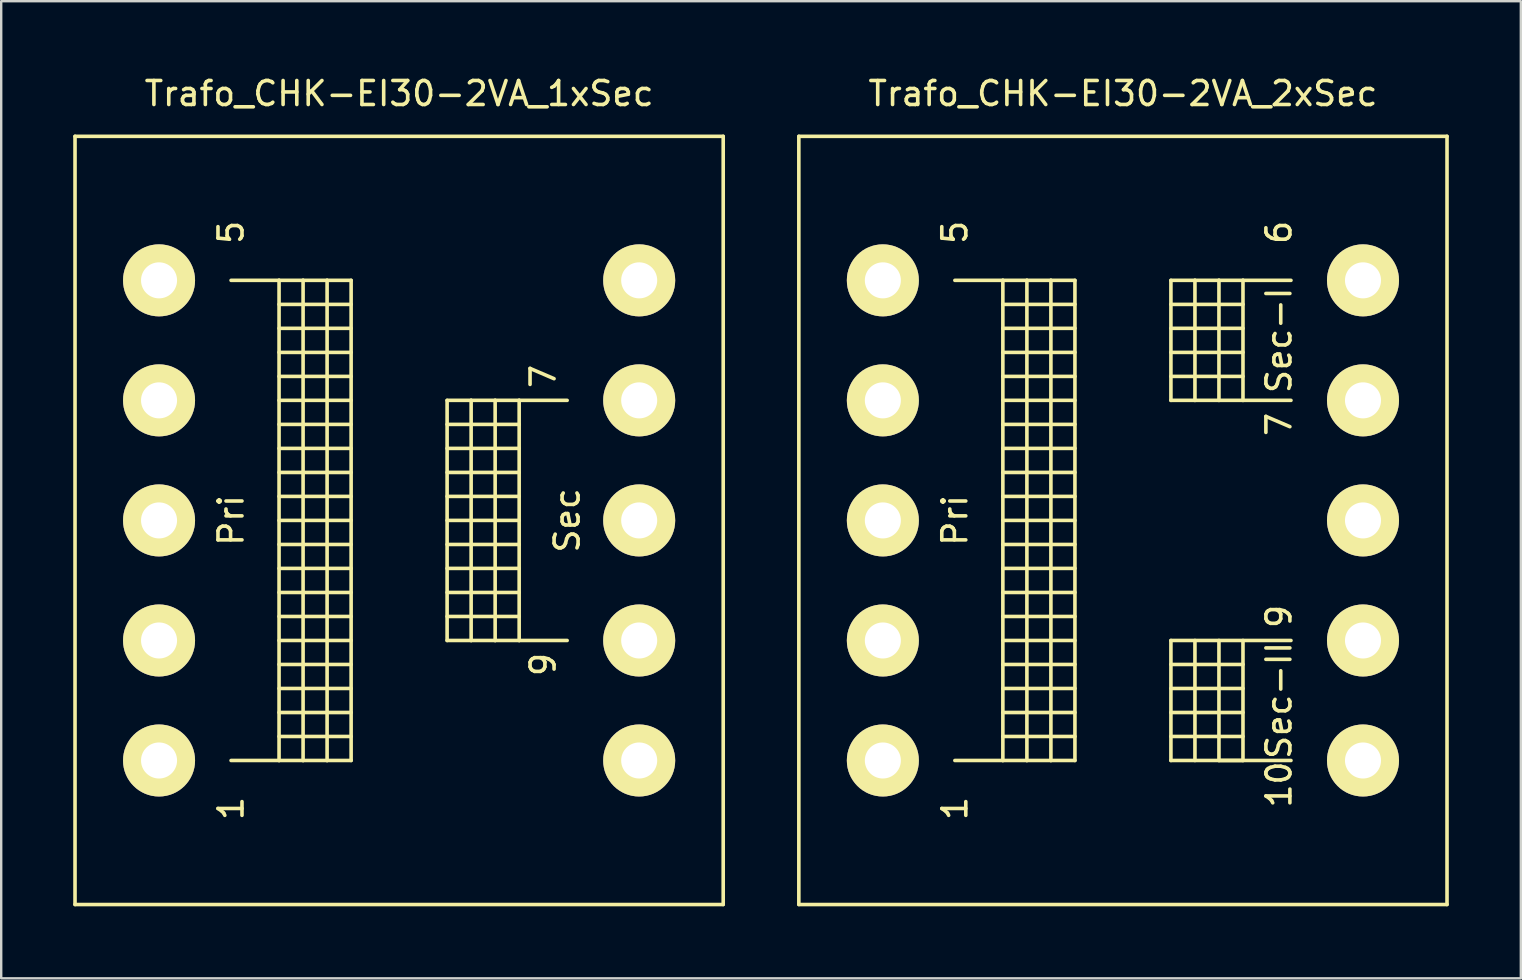
<source format=kicad_pcb>
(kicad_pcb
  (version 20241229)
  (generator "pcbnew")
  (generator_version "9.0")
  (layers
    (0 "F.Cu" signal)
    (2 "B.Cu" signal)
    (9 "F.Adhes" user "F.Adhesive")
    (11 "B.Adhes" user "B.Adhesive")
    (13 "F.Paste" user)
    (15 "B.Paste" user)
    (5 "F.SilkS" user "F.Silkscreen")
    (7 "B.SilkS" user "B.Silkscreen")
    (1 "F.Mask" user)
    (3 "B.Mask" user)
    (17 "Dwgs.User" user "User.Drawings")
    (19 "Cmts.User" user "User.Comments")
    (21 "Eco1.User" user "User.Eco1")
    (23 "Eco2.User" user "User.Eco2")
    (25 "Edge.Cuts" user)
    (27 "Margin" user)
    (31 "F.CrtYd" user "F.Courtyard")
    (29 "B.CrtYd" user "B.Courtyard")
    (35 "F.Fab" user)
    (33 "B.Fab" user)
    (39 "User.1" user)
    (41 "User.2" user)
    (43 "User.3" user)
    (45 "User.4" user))
  (footprint "Trafo_CHK-EI30-2VA_2xSec"
    (layer "F.Cu")
    (at 43.725 18.628)
    (property "Reference" "Trafo_CHK-EI30-2VA_2xSec" (at 0 -17.78 0) (layer "F.SilkS") (effects (font (size 1 1) (thickness 0.15))))
    (attr through_hole)
    (fp_line (start -13.5 -15.999) (end -13.5 15.999) (stroke (width 0.15) (type solid)) (layer "F.SilkS"))
    (fp_line (start -13.5 15.999) (end 13.5 15.999) (stroke (width 0.15) (type solid)) (layer "F.SilkS"))
    (fp_line (start -7 -10) (end -5.001 -10) (stroke (width 0.15) (type solid)) (layer "F.SilkS"))
    (fp_line (start -5.001 -10) (end -5.001 10) (stroke (width 0.15) (type solid)) (layer "F.SilkS"))
    (fp_line (start -5.001 -10) (end -4 -10) (stroke (width 0.15) (type solid)) (layer "F.SilkS"))
    (fp_line (start -5.001 -8.999) (end -1.999 -8.999) (stroke (width 0.15) (type solid)) (layer "F.SilkS"))
    (fp_line (start -5.001 -7) (end -1.999 -7) (stroke (width 0.15) (type solid)) (layer "F.SilkS"))
    (fp_line (start -5.001 -5.001) (end -1.999 -5.001) (stroke (width 0.15) (type solid)) (layer "F.SilkS"))
    (fp_line (start -5.001 -3) (end -1.999 -3) (stroke (width 0.15) (type solid)) (layer "F.SilkS"))
    (fp_line (start -5.001 -1.001) (end -1.999 -1.001) (stroke (width 0.15) (type solid)) (layer "F.SilkS"))
    (fp_line (start -5.001 1.001) (end -1.999 1.001) (stroke (width 0.15) (type solid)) (layer "F.SilkS"))
    (fp_line (start -5.001 3) (end -1.999 3) (stroke (width 0.15) (type solid)) (layer "F.SilkS"))
    (fp_line (start -5.001 5.001) (end -1.999 5.001) (stroke (width 0.15) (type solid)) (layer "F.SilkS"))
    (fp_line (start -5.001 7) (end -1.999 7) (stroke (width 0.15) (type solid)) (layer "F.SilkS"))
    (fp_line (start -5.001 8.999) (end -1.999 8.999) (stroke (width 0.15) (type solid)) (layer "F.SilkS"))
    (fp_line (start -5.001 10) (end -7 10) (stroke (width 0.15) (type solid)) (layer "F.SilkS"))
    (fp_line (start -4 -10) (end -4 10) (stroke (width 0.15) (type solid)) (layer "F.SilkS"))
    (fp_line (start -4 -10) (end -3 -10) (stroke (width 0.15) (type solid)) (layer "F.SilkS"))
    (fp_line (start -4 10) (end -5.001 10) (stroke (width 0.15) (type solid)) (layer "F.SilkS"))
    (fp_line (start -3 -10) (end -3 10) (stroke (width 0.15) (type solid)) (layer "F.SilkS"))
    (fp_line (start -3 -10) (end -1.999 -10) (stroke (width 0.15) (type solid)) (layer "F.SilkS"))
    (fp_line (start -3 10) (end -4 10) (stroke (width 0.15) (type solid)) (layer "F.SilkS"))
    (fp_line (start -1.999 -10) (end -1.999 10) (stroke (width 0.15) (type solid)) (layer "F.SilkS"))
    (fp_line (start -1.999 -8.001) (end -5.001 -8.001) (stroke (width 0.15) (type solid)) (layer "F.SilkS"))
    (fp_line (start -1.999 -5.999) (end -5.001 -5.999) (stroke (width 0.15) (type solid)) (layer "F.SilkS"))
    (fp_line (start -1.999 -4) (end -5.001 -4) (stroke (width 0.15) (type solid)) (layer "F.SilkS"))
    (fp_line (start -1.999 -1.999) (end -5.001 -1.999) (stroke (width 0.15) (type solid)) (layer "F.SilkS"))
    (fp_line (start -1.999 0) (end -5.001 0) (stroke (width 0.15) (type solid)) (layer "F.SilkS"))
    (fp_line (start -1.999 1.999) (end -5.001 1.999) (stroke (width 0.15) (type solid)) (layer "F.SilkS"))
    (fp_line (start -1.999 4) (end -5.001 4) (stroke (width 0.15) (type solid)) (layer "F.SilkS"))
    (fp_line (start -1.999 5.999) (end -5.001 5.999) (stroke (width 0.15) (type solid)) (layer "F.SilkS"))
    (fp_line (start -1.999 8.001) (end -5.001 8.001) (stroke (width 0.15) (type solid)) (layer "F.SilkS"))
    (fp_line (start -1.999 10) (end -3 10) (stroke (width 0.15) (type solid)) (layer "F.SilkS"))
    (fp_line (start 1.999 -10) (end 1.999 -5.001) (stroke (width 0.15) (type solid)) (layer "F.SilkS"))
    (fp_line (start 1.999 -8.999) (end 5.001 -8.999) (stroke (width 0.15) (type solid)) (layer "F.SilkS"))
    (fp_line (start 1.999 -7) (end 5.001 -7) (stroke (width 0.15) (type solid)) (layer "F.SilkS"))
    (fp_line (start 1.999 -5.001) (end 3 -5.001) (stroke (width 0.15) (type solid)) (layer "F.SilkS"))
    (fp_line (start 1.999 5.001) (end 1.999 10) (stroke (width 0.15) (type solid)) (layer "F.SilkS"))
    (fp_line (start 1.999 5.999) (end 5.001 5.999) (stroke (width 0.15) (type solid)) (layer "F.SilkS"))
    (fp_line (start 1.999 8.001) (end 5.001 8.001) (stroke (width 0.15) (type solid)) (layer "F.SilkS"))
    (fp_line (start 1.999 10) (end 7 10) (stroke (width 0.15) (type solid)) (layer "F.SilkS"))
    (fp_line (start 3 -10) (end 1.999 -10) (stroke (width 0.15) (type solid)) (layer "F.SilkS"))
    (fp_line (start 3 -10) (end 3 -5.001) (stroke (width 0.15) (type solid)) (layer "F.SilkS"))
    (fp_line (start 3 -5.001) (end 4 -5.001) (stroke (width 0.15) (type solid)) (layer "F.SilkS"))
    (fp_line (start 3 5.001) (end 3 10) (stroke (width 0.15) (type solid)) (layer "F.SilkS"))
    (fp_line (start 4 -10) (end 3 -10) (stroke (width 0.15) (type solid)) (layer "F.SilkS"))
    (fp_line (start 4 -10) (end 4 -5.001) (stroke (width 0.15) (type solid)) (layer "F.SilkS"))
    (fp_line (start 4 -5.001) (end 5.001 -5.001) (stroke (width 0.15) (type solid)) (layer "F.SilkS"))
    (fp_line (start 4 10) (end 4 5.001) (stroke (width 0.15) (type solid)) (layer "F.SilkS"))
    (fp_line (start 5.001 -10) (end 4 -10) (stroke (width 0.15) (type solid)) (layer "F.SilkS"))
    (fp_line (start 5.001 -10) (end 5.001 -5.001) (stroke (width 0.15) (type solid)) (layer "F.SilkS"))
    (fp_line (start 5.001 -8.001) (end 1.999 -8.001) (stroke (width 0.15) (type solid)) (layer "F.SilkS"))
    (fp_line (start 5.001 -5.999) (end 1.999 -5.999) (stroke (width 0.15) (type solid)) (layer "F.SilkS"))
    (fp_line (start 5.001 -5.001) (end 7 -5.001) (stroke (width 0.15) (type solid)) (layer "F.SilkS"))
    (fp_line (start 5.001 5.001) (end 5.001 10) (stroke (width 0.15) (type solid)) (layer "F.SilkS"))
    (fp_line (start 5.001 7) (end 1.999 7) (stroke (width 0.15) (type solid)) (layer "F.SilkS"))
    (fp_line (start 5.001 8.999) (end 1.999 8.999) (stroke (width 0.15) (type solid)) (layer "F.SilkS"))
    (fp_line (start 5.001 10) (end 4 10) (stroke (width 0.15) (type solid)) (layer "F.SilkS"))
    (fp_line (start 7 -10) (end 5.001 -10) (stroke (width 0.15) (type solid)) (layer "F.SilkS"))
    (fp_line (start 7 5.001) (end 1.999 5.001) (stroke (width 0.15) (type solid)) (layer "F.SilkS"))
    (fp_line (start 13.5 -15.999) (end -13.5 -15.999) (stroke (width 0.15) (type solid)) (layer "F.SilkS"))
    (fp_line (start 13.5 15.999) (end 13.5 -15.999) (stroke (width 0.15) (type solid)) (layer "F.SilkS"))
    (fp_text user "1" (at -7 11.999 90) (layer "F.SilkS") (effects (font (size 1 1) (thickness 0.15))))
    (fp_text user "10" (at 6.5 11.001 90) (layer "F.SilkS") (effects (font (size 1 1) (thickness 0.15))))
    (fp_text user "9" (at 6.5 4 90) (layer "F.SilkS") (effects (font (size 1 1) (thickness 0.15))))
    (fp_text user "Sec-II" (at 6.5 7.501 90) (layer "F.SilkS") (effects (font (size 1 1) (thickness 0.15))))
    (fp_text user "6" (at 6.5 -11.999 90) (layer "F.SilkS") (effects (font (size 1 1) (thickness 0.15))))
    (fp_text user "7" (at 6.5 -4 90) (layer "F.SilkS") (effects (font (size 1 1) (thickness 0.15))))
    (fp_text user "Sec-I" (at 6.5 -7.501 90) (layer "F.SilkS") (effects (font (size 1 1) (thickness 0.15))))
    (fp_text user "Pri" (at -7 0 90) (layer "F.SilkS") (effects (font (size 1 1) (thickness 0.15))))
    (fp_text user "5" (at -7 -11.999 90) (layer "F.SilkS") (effects (font (size 1 1) (thickness 0.15))))
    (pad "1" thru_hole circle (at -10 10) (size 3 3) (drill 1.501) (layers "*.Cu" "*.Mask" "F.SilkS"))
    (pad "2" thru_hole circle (at -10 5.001) (size 3 3) (drill 1.501) (layers "*.Cu" "*.Mask" "F.SilkS"))
    (pad "3" thru_hole circle (at -10 0) (size 3 3) (drill 1.501) (layers "*.Cu" "*.Mask" "F.SilkS"))
    (pad "4" thru_hole circle (at -10 -5.001) (size 3 3) (drill 1.501) (layers "*.Cu" "*.Mask" "F.SilkS"))
    (pad "5" thru_hole circle (at -10 -10) (size 3 3) (drill 1.501) (layers "*.Cu" "*.Mask" "F.SilkS"))
    (pad "6" thru_hole circle (at 10 -10) (size 3 3) (drill 1.501) (layers "*.Cu" "*.Mask" "F.SilkS"))
    (pad "7" thru_hole circle (at 10 -5.001) (size 3 3) (drill 1.501) (layers "*.Cu" "*.Mask" "F.SilkS"))
    (pad "8" thru_hole circle (at 10 0) (size 3 3) (drill 1.501) (layers "*.Cu" "*.Mask" "F.SilkS"))
    (pad "9" thru_hole circle (at 10 5.001) (size 3 3) (drill 1.501) (layers "*.Cu" "*.Mask" "F.SilkS"))
    (pad "10" thru_hole circle (at 10 10) (size 3 3) (drill 1.501) (layers "*.Cu" "*.Mask" "F.SilkS")))
  (footprint "Trafo_CHK-EI30-2VA_1xSec"
    (layer "F.Cu")
    (at 13.575 18.628)
    (property "Reference" "Trafo_CHK-EI30-2VA_1xSec" (at 0 -17.78 0) (layer "F.SilkS") (effects (font (size 1 1) (thickness 0.15))))
    (attr through_hole)
    (fp_line (start -13.5 -15.999) (end -13.5 15.999) (stroke (width 0.15) (type solid)) (layer "F.SilkS"))
    (fp_line (start -13.5 15.999) (end 13.5 15.999) (stroke (width 0.15) (type solid)) (layer "F.SilkS"))
    (fp_line (start -7 -10) (end -5.001 -10) (stroke (width 0.15) (type solid)) (layer "F.SilkS"))
    (fp_line (start -5.001 -10) (end -5.001 10) (stroke (width 0.15) (type solid)) (layer "F.SilkS"))
    (fp_line (start -5.001 -10) (end -4 -10) (stroke (width 0.15) (type solid)) (layer "F.SilkS"))
    (fp_line (start -5.001 -8.999) (end -1.999 -8.999) (stroke (width 0.15) (type solid)) (layer "F.SilkS"))
    (fp_line (start -5.001 -7) (end -1.999 -7) (stroke (width 0.15) (type solid)) (layer "F.SilkS"))
    (fp_line (start -5.001 -5.001) (end -1.999 -5.001) (stroke (width 0.15) (type solid)) (layer "F.SilkS"))
    (fp_line (start -5.001 -3) (end -1.999 -3) (stroke (width 0.15) (type solid)) (layer "F.SilkS"))
    (fp_line (start -5.001 -1.001) (end -1.999 -1.001) (stroke (width 0.15) (type solid)) (layer "F.SilkS"))
    (fp_line (start -5.001 1.001) (end -1.999 1.001) (stroke (width 0.15) (type solid)) (layer "F.SilkS"))
    (fp_line (start -5.001 3) (end -1.999 3) (stroke (width 0.15) (type solid)) (layer "F.SilkS"))
    (fp_line (start -5.001 5.001) (end -1.999 5.001) (stroke (width 0.15) (type solid)) (layer "F.SilkS"))
    (fp_line (start -5.001 7) (end -1.999 7) (stroke (width 0.15) (type solid)) (layer "F.SilkS"))
    (fp_line (start -5.001 8.999) (end -1.999 8.999) (stroke (width 0.15) (type solid)) (layer "F.SilkS"))
    (fp_line (start -5.001 10) (end -7 10) (stroke (width 0.15) (type solid)) (layer "F.SilkS"))
    (fp_line (start -4 -10) (end -4 10) (stroke (width 0.15) (type solid)) (layer "F.SilkS"))
    (fp_line (start -4 -10) (end -3 -10) (stroke (width 0.15) (type solid)) (layer "F.SilkS"))
    (fp_line (start -4 10) (end -5.001 10) (stroke (width 0.15) (type solid)) (layer "F.SilkS"))
    (fp_line (start -3 -10) (end -3 10) (stroke (width 0.15) (type solid)) (layer "F.SilkS"))
    (fp_line (start -3 -10) (end -1.999 -10) (stroke (width 0.15) (type solid)) (layer "F.SilkS"))
    (fp_line (start -3 10) (end -4 10) (stroke (width 0.15) (type solid)) (layer "F.SilkS"))
    (fp_line (start -1.999 -10) (end -1.999 10) (stroke (width 0.15) (type solid)) (layer "F.SilkS"))
    (fp_line (start -1.999 -8.001) (end -5.001 -8.001) (stroke (width 0.15) (type solid)) (layer "F.SilkS"))
    (fp_line (start -1.999 -5.999) (end -5.001 -5.999) (stroke (width 0.15) (type solid)) (layer "F.SilkS"))
    (fp_line (start -1.999 -4) (end -5.001 -4) (stroke (width 0.15) (type solid)) (layer "F.SilkS"))
    (fp_line (start -1.999 -1.999) (end -5.001 -1.999) (stroke (width 0.15) (type solid)) (layer "F.SilkS"))
    (fp_line (start -1.999 0) (end -5.001 0) (stroke (width 0.15) (type solid)) (layer "F.SilkS"))
    (fp_line (start -1.999 1.999) (end -5.001 1.999) (stroke (width 0.15) (type solid)) (layer "F.SilkS"))
    (fp_line (start -1.999 4) (end -5.001 4) (stroke (width 0.15) (type solid)) (layer "F.SilkS"))
    (fp_line (start -1.999 5.999) (end -5.001 5.999) (stroke (width 0.15) (type solid)) (layer "F.SilkS"))
    (fp_line (start -1.999 8.001) (end -5.001 8.001) (stroke (width 0.15) (type solid)) (layer "F.SilkS"))
    (fp_line (start -1.999 10) (end -3 10) (stroke (width 0.15) (type solid)) (layer "F.SilkS"))
    (fp_line (start 1.999 -5.001) (end 1.999 5.001) (stroke (width 0.15) (type solid)) (layer "F.SilkS"))
    (fp_line (start 1.999 -4) (end 5.001 -4) (stroke (width 0.15) (type solid)) (layer "F.SilkS"))
    (fp_line (start 1.999 -1.999) (end 5.001 -1.999) (stroke (width 0.15) (type solid)) (layer "F.SilkS"))
    (fp_line (start 1.999 0) (end 5.001 0) (stroke (width 0.15) (type solid)) (layer "F.SilkS"))
    (fp_line (start 1.999 1.999) (end 5.001 1.999) (stroke (width 0.15) (type solid)) (layer "F.SilkS"))
    (fp_line (start 1.999 4) (end 5.001 4) (stroke (width 0.15) (type solid)) (layer "F.SilkS"))
    (fp_line (start 1.999 5.001) (end 3 5.001) (stroke (width 0.15) (type solid)) (layer "F.SilkS"))
    (fp_line (start 3 -5.001) (end 1.999 -5.001) (stroke (width 0.15) (type solid)) (layer "F.SilkS"))
    (fp_line (start 3 -5.001) (end 3 5.001) (stroke (width 0.15) (type solid)) (layer "F.SilkS"))
    (fp_line (start 3 5.001) (end 4 5.001) (stroke (width 0.15) (type solid)) (layer "F.SilkS"))
    (fp_line (start 4 -5.001) (end 3 -5.001) (stroke (width 0.15) (type solid)) (layer "F.SilkS"))
    (fp_line (start 4 -5.001) (end 4 5.001) (stroke (width 0.15) (type solid)) (layer "F.SilkS"))
    (fp_line (start 4 5.001) (end 5.001 5.001) (stroke (width 0.15) (type solid)) (layer "F.SilkS"))
    (fp_line (start 5.001 -5.001) (end 4 -5.001) (stroke (width 0.15) (type solid)) (layer "F.SilkS"))
    (fp_line (start 5.001 -5.001) (end 5.001 5.001) (stroke (width 0.15) (type solid)) (layer "F.SilkS"))
    (fp_line (start 5.001 -3) (end 1.999 -3) (stroke (width 0.15) (type solid)) (layer "F.SilkS"))
    (fp_line (start 5.001 -1.001) (end 1.999 -1.001) (stroke (width 0.15) (type solid)) (layer "F.SilkS"))
    (fp_line (start 5.001 1.001) (end 1.999 1.001) (stroke (width 0.15) (type solid)) (layer "F.SilkS"))
    (fp_line (start 5.001 3) (end 1.999 3) (stroke (width 0.15) (type solid)) (layer "F.SilkS"))
    (fp_line (start 5.001 5.001) (end 7 5.001) (stroke (width 0.15) (type solid)) (layer "F.SilkS"))
    (fp_line (start 7 -5.001) (end 5.001 -5.001) (stroke (width 0.15) (type solid)) (layer "F.SilkS"))
    (fp_line (start 13.5 -15.999) (end -13.5 -15.999) (stroke (width 0.15) (type solid)) (layer "F.SilkS"))
    (fp_line (start 13.5 15.999) (end 13.5 -15.999) (stroke (width 0.15) (type solid)) (layer "F.SilkS"))
    (fp_text user "Sec" (at 7 0 90) (layer "F.SilkS") (effects (font (size 1 1) (thickness 0.15))))
    (fp_text user "Pri" (at -7 0 90) (layer "F.SilkS") (effects (font (size 1 1) (thickness 0.15))))
    (fp_text user "7" (at 5.999 -5.999 90) (layer "F.SilkS") (effects (font (size 1 1) (thickness 0.15))))
    (fp_text user "5" (at -7 -11.999 90) (layer "F.SilkS") (effects (font (size 1 1) (thickness 0.15))))
    (fp_text user "1" (at -7 11.999 90) (layer "F.SilkS") (effects (font (size 1 1) (thickness 0.15))))
    (fp_text user "9" (at 5.999 6.002 90) (layer "F.SilkS") (effects (font (size 1 1) (thickness 0.15))))
    (pad "1" thru_hole circle (at -10 10) (size 3 3) (drill 1.501) (layers "*.Cu" "*.Mask" "F.SilkS"))
    (pad "2" thru_hole circle (at -10 5.001) (size 3 3) (drill 1.501) (layers "*.Cu" "*.Mask" "F.SilkS"))
    (pad "3" thru_hole circle (at -10 0) (size 3 3) (drill 1.501) (layers "*.Cu" "*.Mask" "F.SilkS"))
    (pad "4" thru_hole circle (at -10 -5.001) (size 3 3) (drill 1.501) (layers "*.Cu" "*.Mask" "F.SilkS"))
    (pad "5" thru_hole circle (at -10 -10) (size 3 3) (drill 1.501) (layers "*.Cu" "*.Mask" "F.SilkS"))
    (pad "6" thru_hole circle (at 10 -10) (size 3 3) (drill 1.501) (layers "*.Cu" "*.Mask" "F.SilkS"))
    (pad "7" thru_hole circle (at 10 -5.001) (size 3 3) (drill 1.501) (layers "*.Cu" "*.Mask" "F.SilkS"))
    (pad "8" thru_hole circle (at 10 0) (size 3 3) (drill 1.501) (layers "*.Cu" "*.Mask" "F.SilkS"))
    (pad "9" thru_hole circle (at 10 5.001) (size 3 3) (drill 1.501) (layers "*.Cu" "*.Mask" "F.SilkS"))
    (pad "10" thru_hole circle (at 10 10) (size 3 3) (drill 1.501) (layers "*.Cu" "*.Mask" "F.SilkS")))
  (gr_rect
    (start -3 -3)
    (end 60.3 37.703)
    (stroke (width 0.1) (type default))
    (fill no)
    (layer "Edge.Cuts")))
</source>
